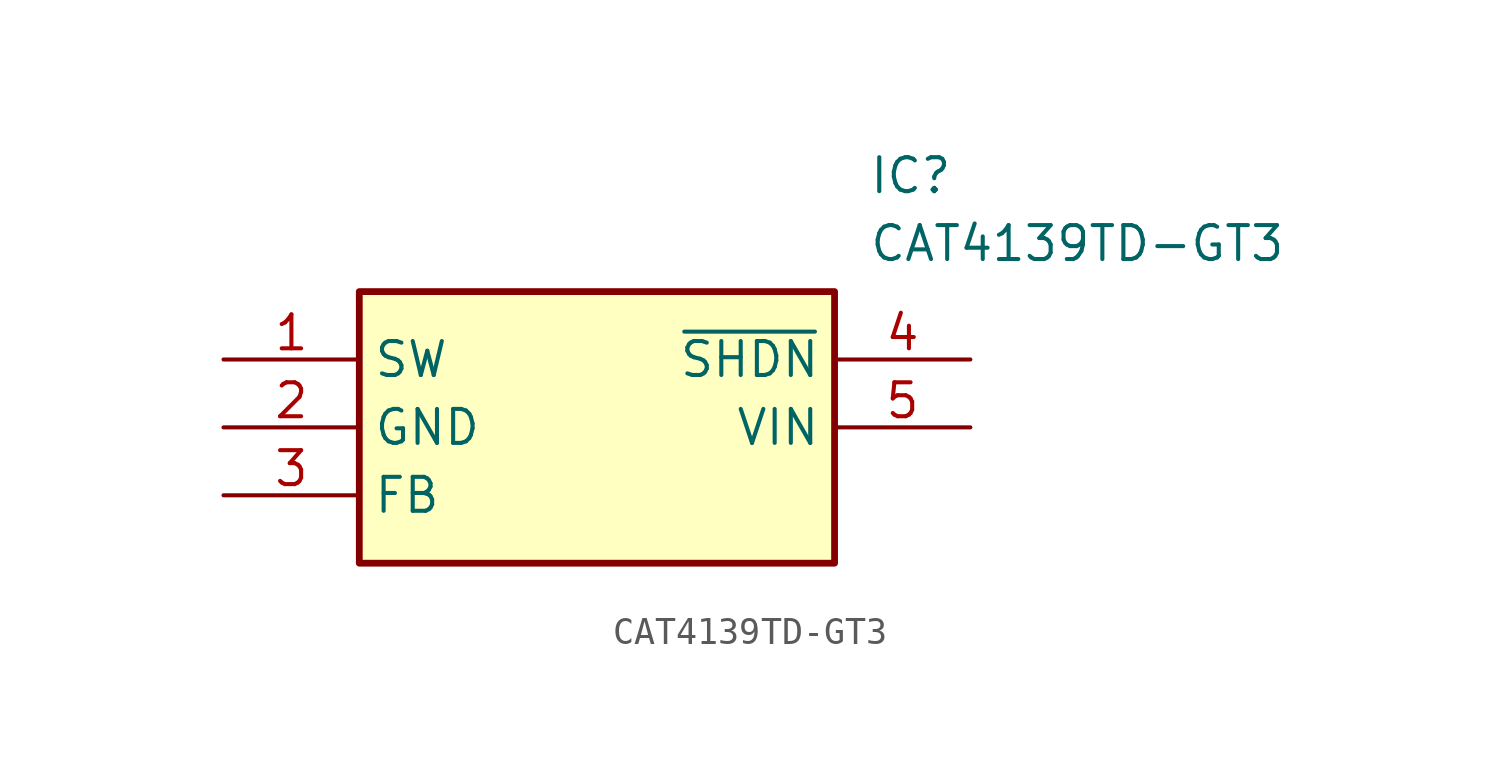
<source format=kicad_sym>
(kicad_symbol_lib
  (version 20211014)
  (generator SamacSys_ECAD_Model)
  (symbol "CAT4139TD-GT3"
    (property "Reference" "IC"
      (at 24.13 7.62 0)
      (effects (font (size 1.27 1.27)) (justify left top)))
    (property "Value" "CAT4139TD-GT3"
      (at 24.13 5.08 0)
      (effects (font (size 1.27 1.27)) (justify left top)))
    (rectangle
      (start 5.08 2.54)
      (end 22.86 -7.62)
      (stroke (width 0.254) (type default))
      (fill (type background)))
    (pin passive line
      (at 0 0 0)
      (length 5.08)
      (name "SW" (effects (font (size 1.27 1.27))))
      (number "1" (effects (font (size 1.27 1.27)))))
    (pin power_in line
      (at 0 -2.54 0)
      (length 5.08)
      (name "GND" (effects (font (size 1.27 1.27))))
      (number "2" (effects (font (size 1.27 1.27)))))
    (pin passive line
      (at 0 -5.08 0)
      (length 5.08)
      (name "FB" (effects (font (size 1.27 1.27))))
      (number "3" (effects (font (size 1.27 1.27)))))
    (pin passive line
      (at 27.94 0 180)
      (length 5.08)
      (name "~{SHDN}" (effects (font (size 1.27 1.27))))
      (number "4" (effects (font (size 1.27 1.27)))))
    (pin input line
      (at 27.94 -2.54 180)
      (length 5.08)
      (name "VIN" (effects (font (size 1.27 1.27))))
      (number "5" (effects (font (size 1.27 1.27)))))))
</source>
